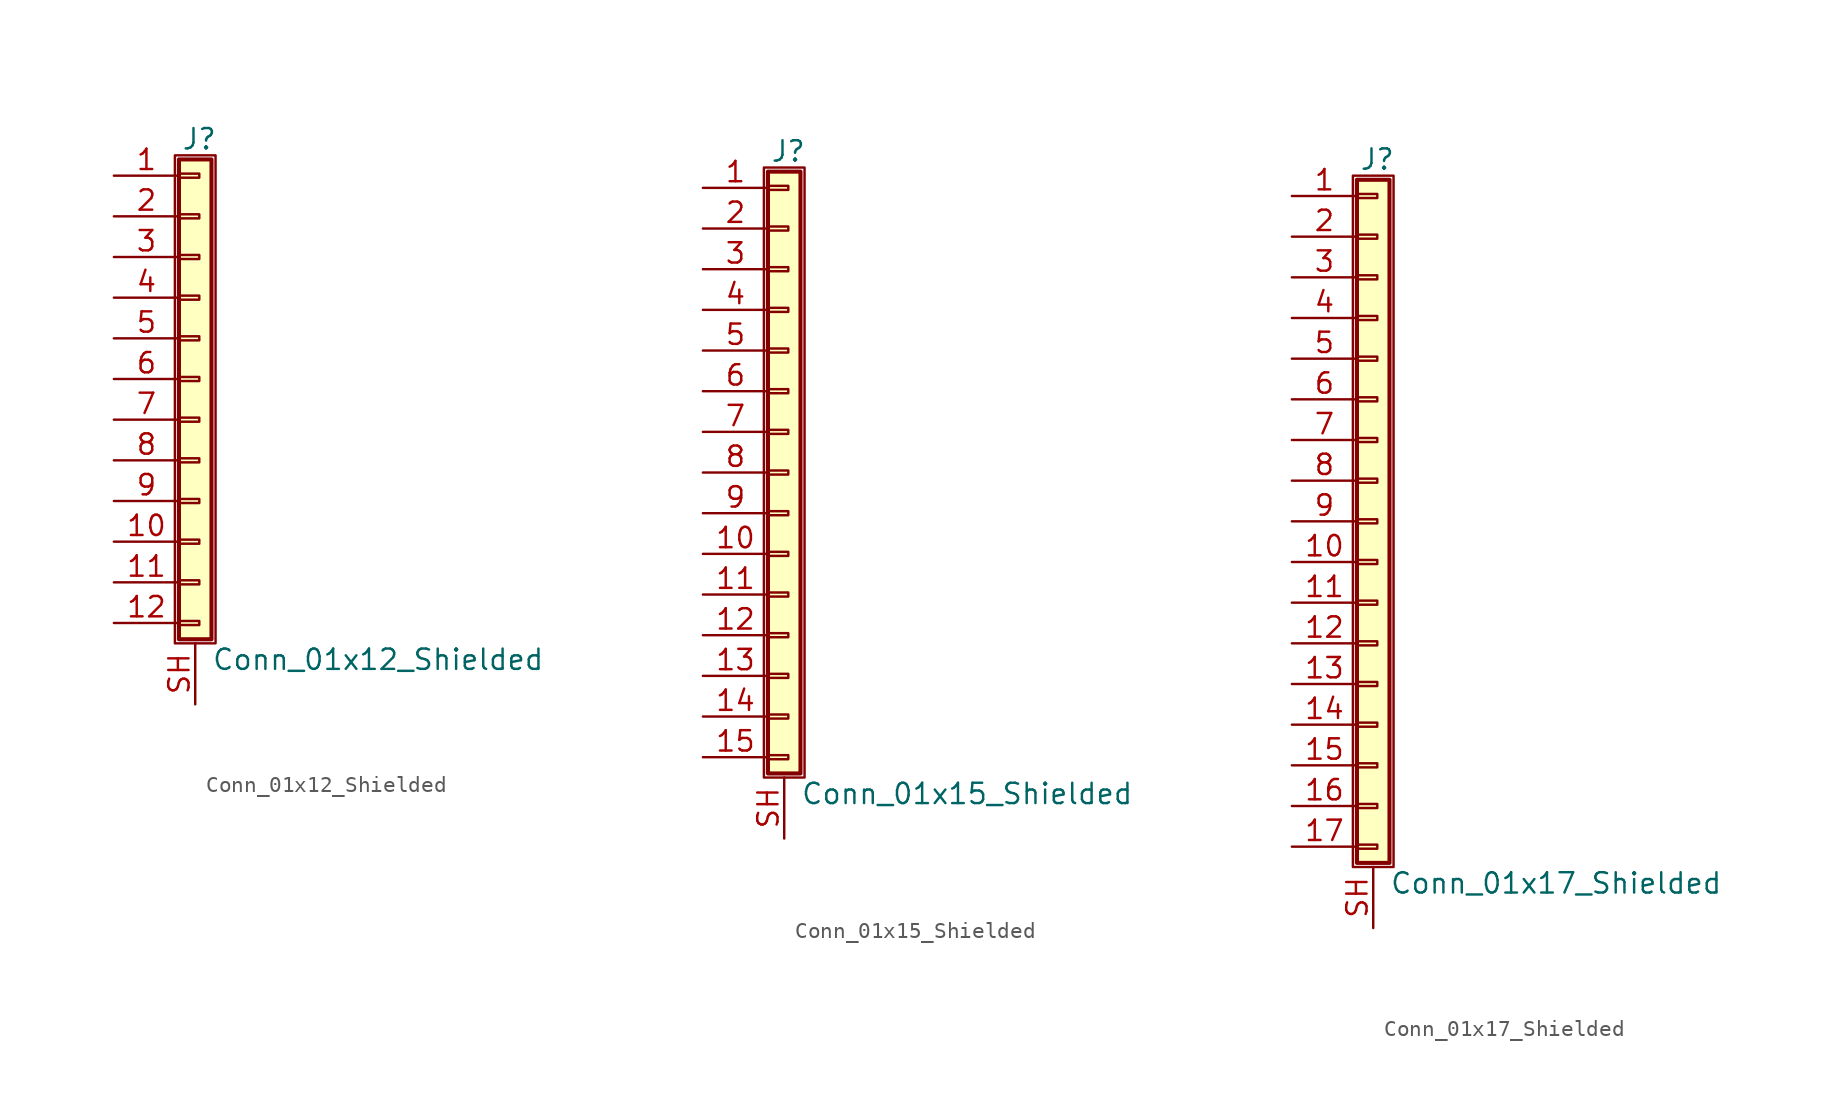
<source format=kicad_sym>
(kicad_symbol_lib
  (version 20211014)
  (generator kicad_symbol_editor)
  (symbol "Conn_01x12_Shielded"
    (pin_names
      (offset 1.016) hide)
    (property "Reference" "J"
      (at 0.254 14.986 0)
      (effects (font (size 1.27 1.27))))
    (property "Value" "Conn_01x12_Shielded"
      (at 1.016 -17.526 0)
      (effects (font (size 1.27 1.27)) (justify left)))
    (symbol "Conn_01x12_Shielded_1_1"
      (rectangle (start -1.27 13.97) (end 1.27 -16.51) (stroke (width 0.152) (type default) (color 0 0 0 0)) (fill (type none)))
      (rectangle (start -1.016 -15.113) (end 0.254 -15.367) (stroke (width 0.152) (type default) (color 0 0 0 0)) (fill (type none)))
      (rectangle (start -1.016 -12.573) (end 0.254 -12.827) (stroke (width 0.152) (type default) (color 0 0 0 0)) (fill (type none)))
      (rectangle (start -1.016 -10.033) (end 0.254 -10.287) (stroke (width 0.152) (type default) (color 0 0 0 0)) (fill (type none)))
      (rectangle (start -1.016 -7.493) (end 0.254 -7.747) (stroke (width 0.152) (type default) (color 0 0 0 0)) (fill (type none)))
      (rectangle (start -1.016 -4.953) (end 0.254 -5.207) (stroke (width 0.152) (type default) (color 0 0 0 0)) (fill (type none)))
      (rectangle (start -1.016 -2.413) (end 0.254 -2.667) (stroke (width 0.152) (type default) (color 0 0 0 0)) (fill (type none)))
      (rectangle (start -1.016 0.127) (end 0.254 -0.127) (stroke (width 0.152) (type default) (color 0 0 0 0)) (fill (type none)))
      (rectangle (start -1.016 2.667) (end 0.254 2.413) (stroke (width 0.152) (type default) (color 0 0 0 0)) (fill (type none)))
      (rectangle (start -1.016 5.207) (end 0.254 4.953) (stroke (width 0.152) (type default) (color 0 0 0 0)) (fill (type none)))
      (rectangle (start -1.016 7.747) (end 0.254 7.493) (stroke (width 0.152) (type default) (color 0 0 0 0)) (fill (type none)))
      (rectangle (start -1.016 10.287) (end 0.254 10.033) (stroke (width 0.152) (type default) (color 0 0 0 0)) (fill (type none)))
      (rectangle (start -1.016 12.827) (end 0.254 12.573) (stroke (width 0.152) (type default) (color 0 0 0 0)) (fill (type none)))
      (rectangle (start -1.016 13.716) (end 1.016 -16.256) (stroke (width 0.254) (type default) (color 0 0 0 0)) (fill (type background)))
      (pin passive line (at -5.08 12.7 0) (length 4.064) (name "Pin_1" (effects (font (size 1.27 1.27)))) (number "1" (effects (font (size 1.27 1.27)))))
      (pin passive line (at -5.08 -10.16 0) (length 4.064) (name "Pin_10" (effects (font (size 1.27 1.27)))) (number "10" (effects (font (size 1.27 1.27)))))
      (pin passive line (at -5.08 -12.7 0) (length 4.064) (name "Pin_11" (effects (font (size 1.27 1.27)))) (number "11" (effects (font (size 1.27 1.27)))))
      (pin passive line (at -5.08 -15.24 0) (length 4.064) (name "Pin_12" (effects (font (size 1.27 1.27)))) (number "12" (effects (font (size 1.27 1.27)))))
      (pin passive line (at -5.08 10.16 0) (length 4.064) (name "Pin_2" (effects (font (size 1.27 1.27)))) (number "2" (effects (font (size 1.27 1.27)))))
      (pin passive line (at -5.08 7.62 0) (length 4.064) (name "Pin_3" (effects (font (size 1.27 1.27)))) (number "3" (effects (font (size 1.27 1.27)))))
      (pin passive line (at -5.08 5.08 0) (length 4.064) (name "Pin_4" (effects (font (size 1.27 1.27)))) (number "4" (effects (font (size 1.27 1.27)))))
      (pin passive line (at -5.08 2.54 0) (length 4.064) (name "Pin_5" (effects (font (size 1.27 1.27)))) (number "5" (effects (font (size 1.27 1.27)))))
      (pin passive line (at -5.08 0 0) (length 4.064) (name "Pin_6" (effects (font (size 1.27 1.27)))) (number "6" (effects (font (size 1.27 1.27)))))
      (pin passive line (at -5.08 -2.54 0) (length 4.064) (name "Pin_7" (effects (font (size 1.27 1.27)))) (number "7" (effects (font (size 1.27 1.27)))))
      (pin passive line (at -5.08 -5.08 0) (length 4.064) (name "Pin_8" (effects (font (size 1.27 1.27)))) (number "8" (effects (font (size 1.27 1.27)))))
      (pin passive line (at -5.08 -7.62 0) (length 4.064) (name "Pin_9" (effects (font (size 1.27 1.27)))) (number "9" (effects (font (size 1.27 1.27)))))
      (pin passive line (at 0 -20.32 90) (length 3.81) (name "Shield" (effects (font (size 1.27 1.27)))) (number "SH" (effects (font (size 1.27 1.27)))))))
  (symbol "Conn_01x15_Shielded"
    (pin_names
      (offset 1.016) hide)
    (property "Reference" "J"
      (at 0.254 20.066 0)
      (effects (font (size 1.27 1.27))))
    (property "Value" "Conn_01x15_Shielded"
      (at 1.016 -20.066 0)
      (effects (font (size 1.27 1.27)) (justify left)))
    (symbol "Conn_01x15_Shielded_1_1"
      (rectangle (start -1.27 19.05) (end 1.27 -19.05) (stroke (width 0.152) (type default) (color 0 0 0 0)) (fill (type none)))
      (rectangle (start -1.016 -17.653) (end 0.254 -17.907) (stroke (width 0.152) (type default) (color 0 0 0 0)) (fill (type none)))
      (rectangle (start -1.016 -15.113) (end 0.254 -15.367) (stroke (width 0.152) (type default) (color 0 0 0 0)) (fill (type none)))
      (rectangle (start -1.016 -12.573) (end 0.254 -12.827) (stroke (width 0.152) (type default) (color 0 0 0 0)) (fill (type none)))
      (rectangle (start -1.016 -10.033) (end 0.254 -10.287) (stroke (width 0.152) (type default) (color 0 0 0 0)) (fill (type none)))
      (rectangle (start -1.016 -7.493) (end 0.254 -7.747) (stroke (width 0.152) (type default) (color 0 0 0 0)) (fill (type none)))
      (rectangle (start -1.016 -4.953) (end 0.254 -5.207) (stroke (width 0.152) (type default) (color 0 0 0 0)) (fill (type none)))
      (rectangle (start -1.016 -2.413) (end 0.254 -2.667) (stroke (width 0.152) (type default) (color 0 0 0 0)) (fill (type none)))
      (rectangle (start -1.016 0.127) (end 0.254 -0.127) (stroke (width 0.152) (type default) (color 0 0 0 0)) (fill (type none)))
      (rectangle (start -1.016 2.667) (end 0.254 2.413) (stroke (width 0.152) (type default) (color 0 0 0 0)) (fill (type none)))
      (rectangle (start -1.016 5.207) (end 0.254 4.953) (stroke (width 0.152) (type default) (color 0 0 0 0)) (fill (type none)))
      (rectangle (start -1.016 7.747) (end 0.254 7.493) (stroke (width 0.152) (type default) (color 0 0 0 0)) (fill (type none)))
      (rectangle (start -1.016 10.287) (end 0.254 10.033) (stroke (width 0.152) (type default) (color 0 0 0 0)) (fill (type none)))
      (rectangle (start -1.016 12.827) (end 0.254 12.573) (stroke (width 0.152) (type default) (color 0 0 0 0)) (fill (type none)))
      (rectangle (start -1.016 15.367) (end 0.254 15.113) (stroke (width 0.152) (type default) (color 0 0 0 0)) (fill (type none)))
      (rectangle (start -1.016 17.907) (end 0.254 17.653) (stroke (width 0.152) (type default) (color 0 0 0 0)) (fill (type none)))
      (rectangle (start -1.016 18.796) (end 1.016 -18.796) (stroke (width 0.254) (type default) (color 0 0 0 0)) (fill (type background)))
      (pin passive line (at -5.08 17.78 0) (length 4.064) (name "Pin_1" (effects (font (size 1.27 1.27)))) (number "1" (effects (font (size 1.27 1.27)))))
      (pin passive line (at -5.08 -5.08 0) (length 4.064) (name "Pin_10" (effects (font (size 1.27 1.27)))) (number "10" (effects (font (size 1.27 1.27)))))
      (pin passive line (at -5.08 -7.62 0) (length 4.064) (name "Pin_11" (effects (font (size 1.27 1.27)))) (number "11" (effects (font (size 1.27 1.27)))))
      (pin passive line (at -5.08 -10.16 0) (length 4.064) (name "Pin_12" (effects (font (size 1.27 1.27)))) (number "12" (effects (font (size 1.27 1.27)))))
      (pin passive line (at -5.08 -12.7 0) (length 4.064) (name "Pin_13" (effects (font (size 1.27 1.27)))) (number "13" (effects (font (size 1.27 1.27)))))
      (pin passive line (at -5.08 -15.24 0) (length 4.064) (name "Pin_14" (effects (font (size 1.27 1.27)))) (number "14" (effects (font (size 1.27 1.27)))))
      (pin passive line (at -5.08 -17.78 0) (length 4.064) (name "Pin_15" (effects (font (size 1.27 1.27)))) (number "15" (effects (font (size 1.27 1.27)))))
      (pin passive line (at -5.08 15.24 0) (length 4.064) (name "Pin_2" (effects (font (size 1.27 1.27)))) (number "2" (effects (font (size 1.27 1.27)))))
      (pin passive line (at -5.08 12.7 0) (length 4.064) (name "Pin_3" (effects (font (size 1.27 1.27)))) (number "3" (effects (font (size 1.27 1.27)))))
      (pin passive line (at -5.08 10.16 0) (length 4.064) (name "Pin_4" (effects (font (size 1.27 1.27)))) (number "4" (effects (font (size 1.27 1.27)))))
      (pin passive line (at -5.08 7.62 0) (length 4.064) (name "Pin_5" (effects (font (size 1.27 1.27)))) (number "5" (effects (font (size 1.27 1.27)))))
      (pin passive line (at -5.08 5.08 0) (length 4.064) (name "Pin_6" (effects (font (size 1.27 1.27)))) (number "6" (effects (font (size 1.27 1.27)))))
      (pin passive line (at -5.08 2.54 0) (length 4.064) (name "Pin_7" (effects (font (size 1.27 1.27)))) (number "7" (effects (font (size 1.27 1.27)))))
      (pin passive line (at -5.08 0 0) (length 4.064) (name "Pin_8" (effects (font (size 1.27 1.27)))) (number "8" (effects (font (size 1.27 1.27)))))
      (pin passive line (at -5.08 -2.54 0) (length 4.064) (name "Pin_9" (effects (font (size 1.27 1.27)))) (number "9" (effects (font (size 1.27 1.27)))))
      (pin passive line (at 0 -22.86 90) (length 3.81) (name "Shield" (effects (font (size 1.27 1.27)))) (number "SH" (effects (font (size 1.27 1.27)))))))
  (symbol "Conn_01x17_Shielded"
    (pin_names
      (offset 1.016) hide)
    (property "Reference" "J"
      (at 0.254 22.606 0)
      (effects (font (size 1.27 1.27))))
    (property "Value" "Conn_01x17_Shielded"
      (at 1.016 -22.606 0)
      (effects (font (size 1.27 1.27)) (justify left)))
    (symbol "Conn_01x17_Shielded_1_1"
      (rectangle (start -1.27 21.59) (end 1.27 -21.59) (stroke (width 0.152) (type default) (color 0 0 0 0)) (fill (type none)))
      (rectangle (start -1.016 -20.193) (end 0.254 -20.447) (stroke (width 0.152) (type default) (color 0 0 0 0)) (fill (type none)))
      (rectangle (start -1.016 -17.653) (end 0.254 -17.907) (stroke (width 0.152) (type default) (color 0 0 0 0)) (fill (type none)))
      (rectangle (start -1.016 -15.113) (end 0.254 -15.367) (stroke (width 0.152) (type default) (color 0 0 0 0)) (fill (type none)))
      (rectangle (start -1.016 -12.573) (end 0.254 -12.827) (stroke (width 0.152) (type default) (color 0 0 0 0)) (fill (type none)))
      (rectangle (start -1.016 -10.033) (end 0.254 -10.287) (stroke (width 0.152) (type default) (color 0 0 0 0)) (fill (type none)))
      (rectangle (start -1.016 -7.493) (end 0.254 -7.747) (stroke (width 0.152) (type default) (color 0 0 0 0)) (fill (type none)))
      (rectangle (start -1.016 -4.953) (end 0.254 -5.207) (stroke (width 0.152) (type default) (color 0 0 0 0)) (fill (type none)))
      (rectangle (start -1.016 -2.413) (end 0.254 -2.667) (stroke (width 0.152) (type default) (color 0 0 0 0)) (fill (type none)))
      (rectangle (start -1.016 0.127) (end 0.254 -0.127) (stroke (width 0.152) (type default) (color 0 0 0 0)) (fill (type none)))
      (rectangle (start -1.016 2.667) (end 0.254 2.413) (stroke (width 0.152) (type default) (color 0 0 0 0)) (fill (type none)))
      (rectangle (start -1.016 5.207) (end 0.254 4.953) (stroke (width 0.152) (type default) (color 0 0 0 0)) (fill (type none)))
      (rectangle (start -1.016 7.747) (end 0.254 7.493) (stroke (width 0.152) (type default) (color 0 0 0 0)) (fill (type none)))
      (rectangle (start -1.016 10.287) (end 0.254 10.033) (stroke (width 0.152) (type default) (color 0 0 0 0)) (fill (type none)))
      (rectangle (start -1.016 12.827) (end 0.254 12.573) (stroke (width 0.152) (type default) (color 0 0 0 0)) (fill (type none)))
      (rectangle (start -1.016 15.367) (end 0.254 15.113) (stroke (width 0.152) (type default) (color 0 0 0 0)) (fill (type none)))
      (rectangle (start -1.016 17.907) (end 0.254 17.653) (stroke (width 0.152) (type default) (color 0 0 0 0)) (fill (type none)))
      (rectangle (start -1.016 20.447) (end 0.254 20.193) (stroke (width 0.152) (type default) (color 0 0 0 0)) (fill (type none)))
      (rectangle (start -1.016 21.336) (end 1.016 -21.336) (stroke (width 0.254) (type default) (color 0 0 0 0)) (fill (type background)))
      (pin passive line (at -5.08 20.32 0) (length 4.064) (name "Pin_1" (effects (font (size 1.27 1.27)))) (number "1" (effects (font (size 1.27 1.27)))))
      (pin passive line (at -5.08 -2.54 0) (length 4.064) (name "Pin_10" (effects (font (size 1.27 1.27)))) (number "10" (effects (font (size 1.27 1.27)))))
      (pin passive line (at -5.08 -5.08 0) (length 4.064) (name "Pin_11" (effects (font (size 1.27 1.27)))) (number "11" (effects (font (size 1.27 1.27)))))
      (pin passive line (at -5.08 -7.62 0) (length 4.064) (name "Pin_12" (effects (font (size 1.27 1.27)))) (number "12" (effects (font (size 1.27 1.27)))))
      (pin passive line (at -5.08 -10.16 0) (length 4.064) (name "Pin_13" (effects (font (size 1.27 1.27)))) (number "13" (effects (font (size 1.27 1.27)))))
      (pin passive line (at -5.08 -12.7 0) (length 4.064) (name "Pin_14" (effects (font (size 1.27 1.27)))) (number "14" (effects (font (size 1.27 1.27)))))
      (pin passive line (at -5.08 -15.24 0) (length 4.064) (name "Pin_15" (effects (font (size 1.27 1.27)))) (number "15" (effects (font (size 1.27 1.27)))))
      (pin passive line (at -5.08 -17.78 0) (length 4.064) (name "Pin_16" (effects (font (size 1.27 1.27)))) (number "16" (effects (font (size 1.27 1.27)))))
      (pin passive line (at -5.08 -20.32 0) (length 4.064) (name "Pin_17" (effects (font (size 1.27 1.27)))) (number "17" (effects (font (size 1.27 1.27)))))
      (pin passive line (at -5.08 17.78 0) (length 4.064) (name "Pin_2" (effects (font (size 1.27 1.27)))) (number "2" (effects (font (size 1.27 1.27)))))
      (pin passive line (at -5.08 15.24 0) (length 4.064) (name "Pin_3" (effects (font (size 1.27 1.27)))) (number "3" (effects (font (size 1.27 1.27)))))
      (pin passive line (at -5.08 12.7 0) (length 4.064) (name "Pin_4" (effects (font (size 1.27 1.27)))) (number "4" (effects (font (size 1.27 1.27)))))
      (pin passive line (at -5.08 10.16 0) (length 4.064) (name "Pin_5" (effects (font (size 1.27 1.27)))) (number "5" (effects (font (size 1.27 1.27)))))
      (pin passive line (at -5.08 7.62 0) (length 4.064) (name "Pin_6" (effects (font (size 1.27 1.27)))) (number "6" (effects (font (size 1.27 1.27)))))
      (pin passive line (at -5.08 5.08 0) (length 4.064) (name "Pin_7" (effects (font (size 1.27 1.27)))) (number "7" (effects (font (size 1.27 1.27)))))
      (pin passive line (at -5.08 2.54 0) (length 4.064) (name "Pin_8" (effects (font (size 1.27 1.27)))) (number "8" (effects (font (size 1.27 1.27)))))
      (pin passive line (at -5.08 0 0) (length 4.064) (name "Pin_9" (effects (font (size 1.27 1.27)))) (number "9" (effects (font (size 1.27 1.27)))))
      (pin passive line (at 0 -25.4 90) (length 3.81) (name "Shield" (effects (font (size 1.27 1.27)))) (number "SH" (effects (font (size 1.27 1.27))))))))
</source>
